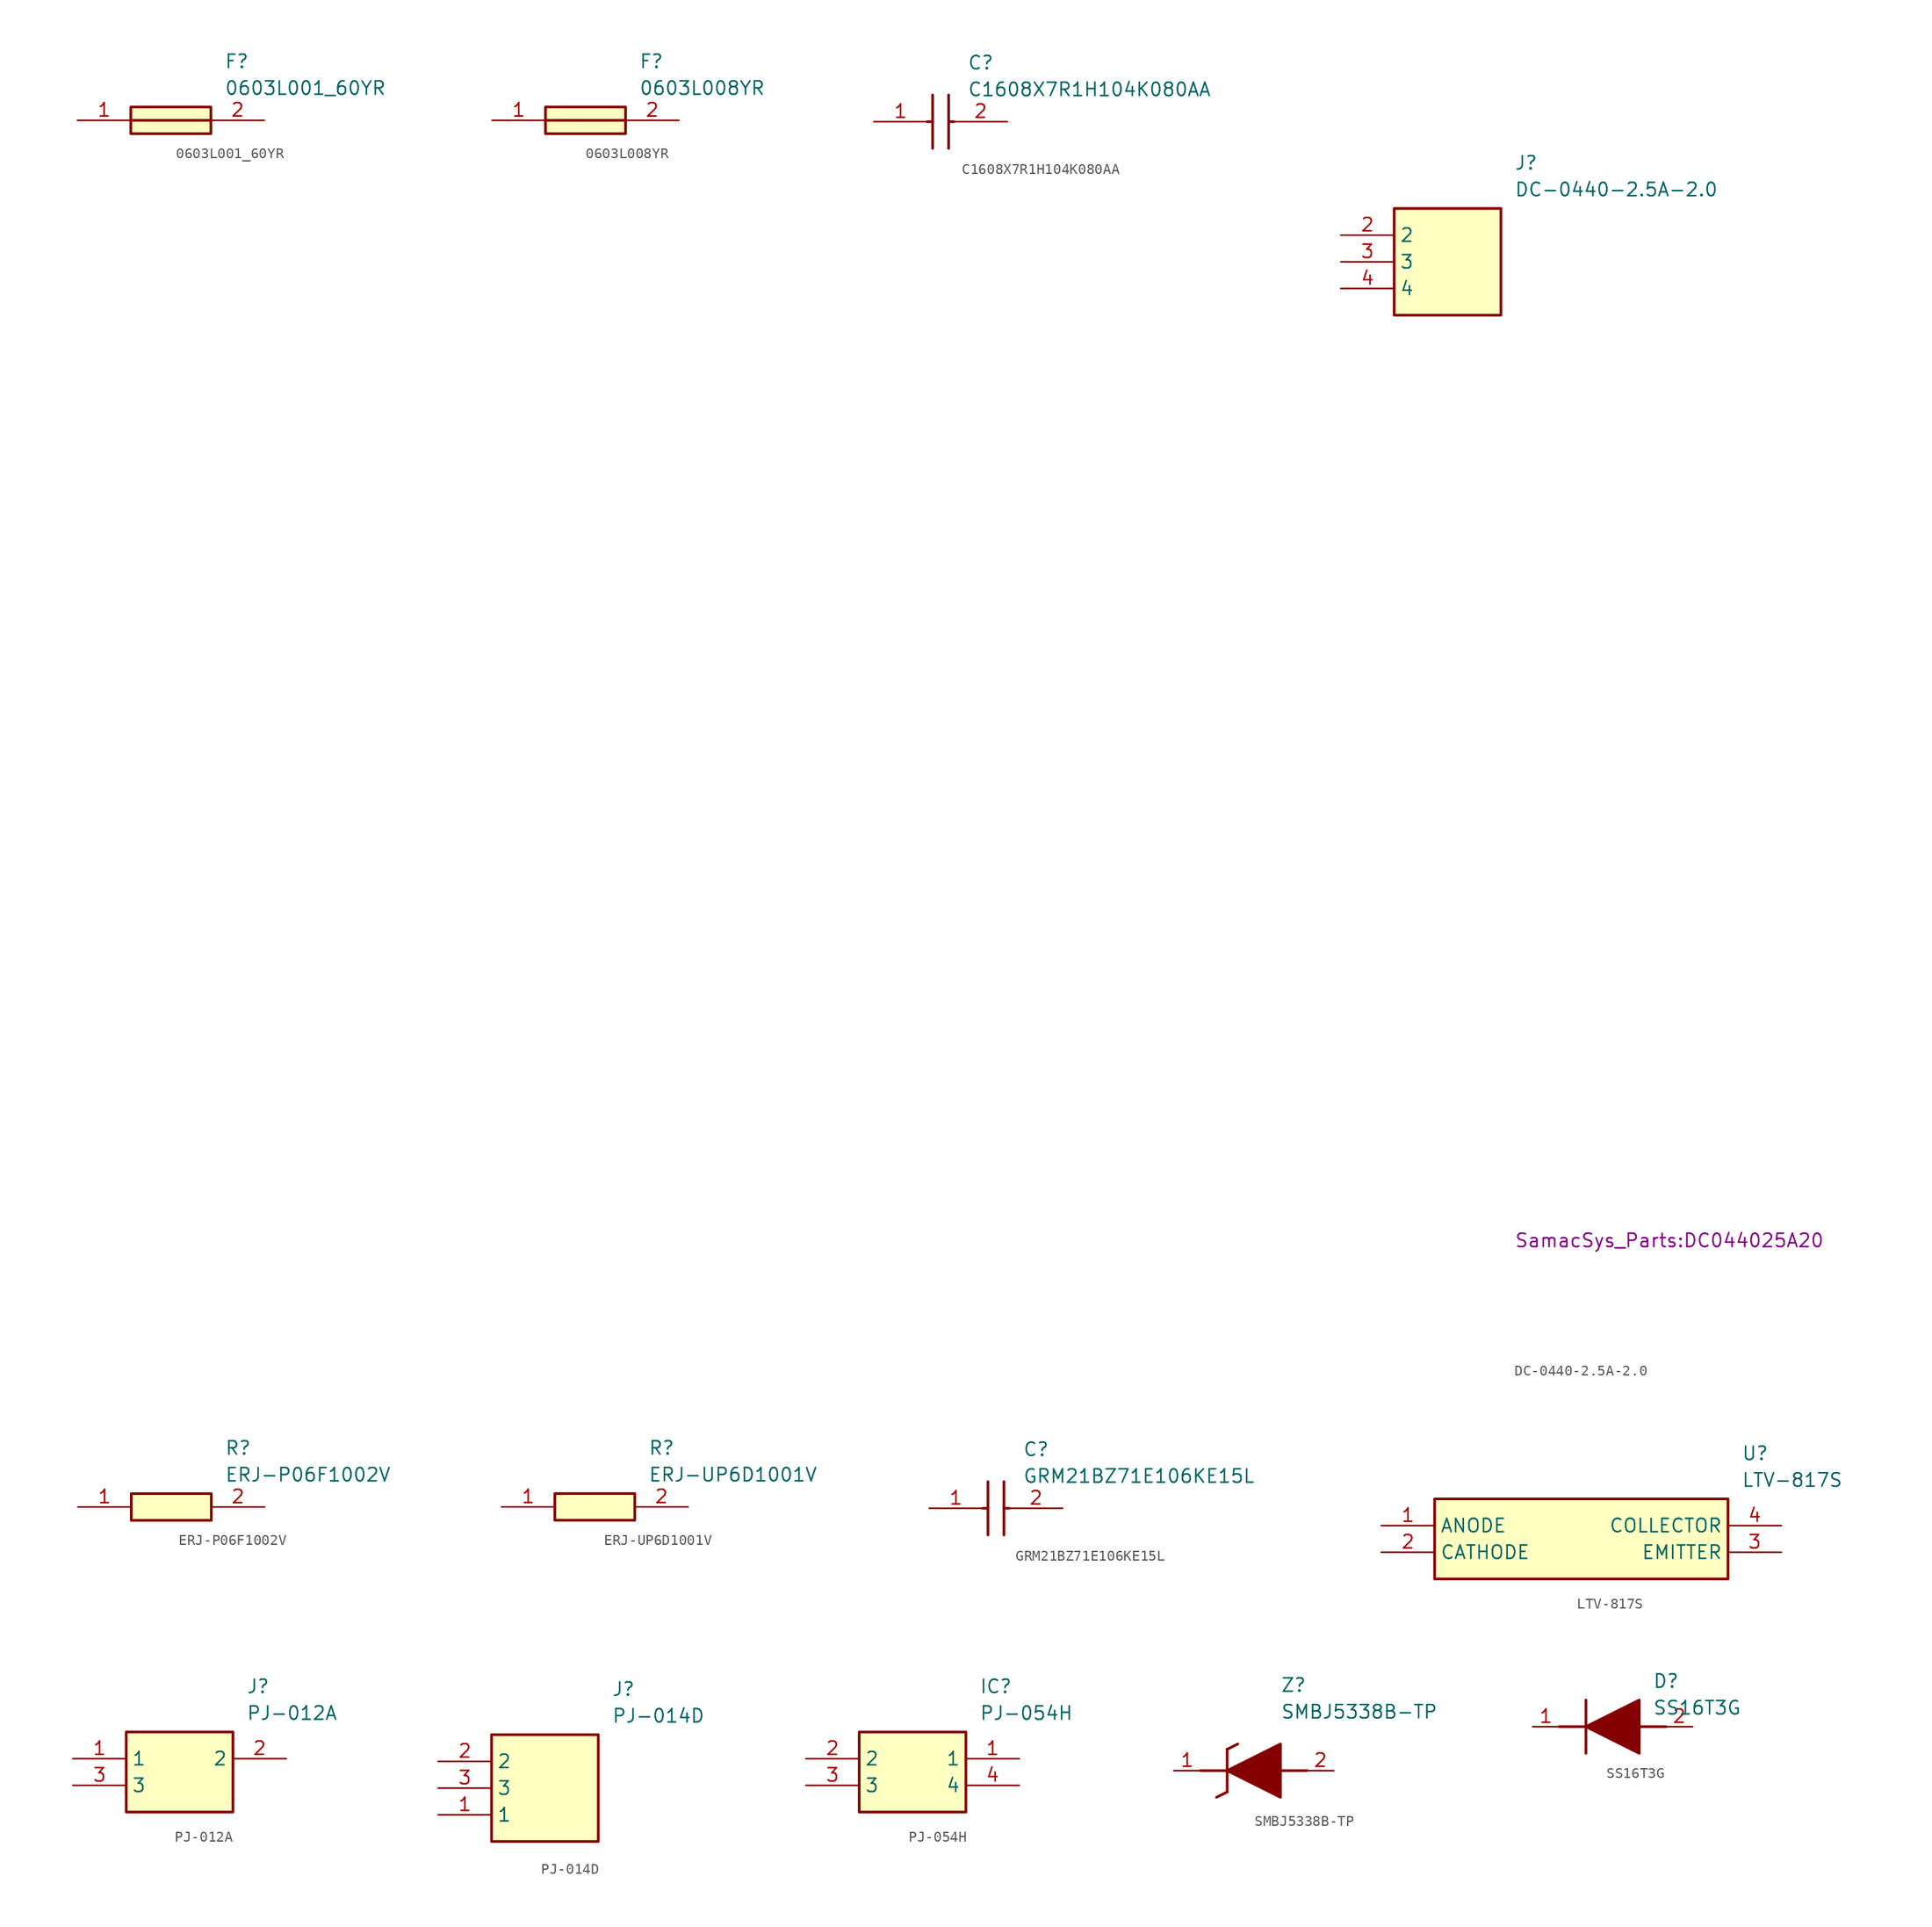
<source format=kicad_sym>
(kicad_symbol_lib
  (version 20241209)
  (generator "kicad_symbol_editor")
  (generator_version "9.0")
  (symbol "0603L001_60YR"
    (pin_names
      (hide yes))
    (property "Reference" "F"
      (at 13.97 6.35 0)
      (effects (font (size 1.27 1.27)) (justify left top)))
    (property "Value" "0603L001_60YR"
      (at 13.97 3.81 0)
      (effects (font (size 1.27 1.27)) (justify left top)))
    (symbol "0603L001_60YR_1_1"
      (rectangle (start 5.08 1.27) (end 12.7 -1.27) (stroke (width 0.254) (type default)) (fill (type background)))
      (polyline (pts (xy 5.08 0) (xy 12.7 0)) (stroke (width 0.254) (type default)) (fill (type none)))
      (pin passive line (at 0 0 0) (length 5.08) (name "1" (effects (font (size 1.27 1.27)))) (number "1" (effects (font (size 1.27 1.27)))))
      (pin passive line (at 17.78 0 180) (length 5.08) (name "2" (effects (font (size 1.27 1.27)))) (number "2" (effects (font (size 1.27 1.27)))))))
  (symbol "0603L008YR"
    (pin_names
      (hide yes))
    (property "Reference" "F"
      (at 13.97 6.35 0)
      (effects (font (size 1.27 1.27)) (justify left top)))
    (property "Value" "0603L008YR"
      (at 13.97 3.81 0)
      (effects (font (size 1.27 1.27)) (justify left top)))
    (symbol "0603L008YR_1_1"
      (rectangle (start 5.08 1.27) (end 12.7 -1.27) (stroke (width 0.254) (type default)) (fill (type background)))
      (polyline (pts (xy 5.08 0) (xy 12.7 0)) (stroke (width 0.254) (type default)) (fill (type none)))
      (pin passive line (at 0 0 0) (length 5.08) (name "1" (effects (font (size 1.27 1.27)))) (number "1" (effects (font (size 1.27 1.27)))))
      (pin passive line (at 17.78 0 180) (length 5.08) (name "2" (effects (font (size 1.27 1.27)))) (number "2" (effects (font (size 1.27 1.27)))))))
  (symbol "C1608X7R1H104K080AA"
    (pin_names
      (hide yes))
    (property "Reference" "C"
      (at 8.89 6.35 0)
      (effects (font (size 1.27 1.27)) (justify left top)))
    (property "Value" "C1608X7R1H104K080AA"
      (at 8.89 3.81 0)
      (effects (font (size 1.27 1.27)) (justify left top)))
    (symbol "C1608X7R1H104K080AA_1_1"
      (polyline (pts (xy 5.08 0) (xy 5.588 0)) (stroke (width 0.254) (type default)) (fill (type none)))
      (polyline (pts (xy 5.588 2.54) (xy 5.588 -2.54)) (stroke (width 0.254) (type default)) (fill (type none)))
      (polyline (pts (xy 7.112 2.54) (xy 7.112 -2.54)) (stroke (width 0.254) (type default)) (fill (type none)))
      (polyline (pts (xy 7.112 0) (xy 7.62 0)) (stroke (width 0.254) (type default)) (fill (type none)))
      (pin passive line (at 0 0 0) (length 5.08) (name "1" (effects (font (size 1.27 1.27)))) (number "1" (effects (font (size 1.27 1.27)))))
      (pin passive line (at 12.7 0 180) (length 5.08) (name "2" (effects (font (size 1.27 1.27)))) (number "2" (effects (font (size 1.27 1.27)))))))
  (symbol "DC-0440-2.5A-2.0"
    (property "Reference" "J"
      (at 16.51 7.62 0)
      (effects (font (size 1.27 1.27)) (justify left top)))
    (property "Value" "DC-0440-2.5A-2.0"
      (at 16.51 5.08 0)
      (effects (font (size 1.27 1.27)) (justify left top)))
    (property "Footprint" "SamacSys_Parts:DC044025A20"
      (at 16.51 -94.92 0)
      (effects (font (size 1.27 1.27)) (justify left top)))
    (symbol "DC-0440-2.5A-2.0_1_1"
      (rectangle (start 5.08 2.54) (end 15.24 -7.62) (stroke (width 0.254) (type default)) (fill (type background)))
      (pin passive line (at 0 0 0) (length 5.08) (name "2" (effects (font (size 1.27 1.27)))) (number "2" (effects (font (size 1.27 1.27)))))
      (pin passive line (at 0 -2.54 0) (length 5.08) (name "3" (effects (font (size 1.27 1.27)))) (number "3" (effects (font (size 1.27 1.27)))))
      (pin passive line (at 0 -5.08 0) (length 5.08) (name "4" (effects (font (size 1.27 1.27)))) (number "4" (effects (font (size 1.27 1.27)))))))
  (symbol "ERJ-P06F1002V"
    (pin_names
      (hide yes))
    (property "Reference" "R"
      (at 13.97 6.35 0)
      (effects (font (size 1.27 1.27)) (justify left top)))
    (property "Value" "ERJ-P06F1002V"
      (at 13.97 3.81 0)
      (effects (font (size 1.27 1.27)) (justify left top)))
    (symbol "ERJ-P06F1002V_1_1"
      (rectangle (start 5.08 1.27) (end 12.7 -1.27) (stroke (width 0.254) (type default)) (fill (type background)))
      (pin passive line (at 0 0 0) (length 5.08) (name "1" (effects (font (size 1.27 1.27)))) (number "1" (effects (font (size 1.27 1.27)))))
      (pin passive line (at 17.78 0 180) (length 5.08) (name "2" (effects (font (size 1.27 1.27)))) (number "2" (effects (font (size 1.27 1.27)))))))
  (symbol "ERJ-UP6D1001V"
    (pin_names
      (hide yes))
    (property "Reference" "R"
      (at 13.97 6.35 0)
      (effects (font (size 1.27 1.27)) (justify left top)))
    (property "Value" "ERJ-UP6D1001V"
      (at 13.97 3.81 0)
      (effects (font (size 1.27 1.27)) (justify left top)))
    (symbol "ERJ-UP6D1001V_1_1"
      (rectangle (start 5.08 1.27) (end 12.7 -1.27) (stroke (width 0.254) (type default)) (fill (type background)))
      (pin passive line (at 0 0 0) (length 5.08) (name "1" (effects (font (size 1.27 1.27)))) (number "1" (effects (font (size 1.27 1.27)))))
      (pin passive line (at 17.78 0 180) (length 5.08) (name "2" (effects (font (size 1.27 1.27)))) (number "2" (effects (font (size 1.27 1.27)))))))
  (symbol "GRM21BZ71E106KE15L"
    (pin_names
      (hide yes))
    (property "Reference" "C"
      (at 8.89 6.35 0)
      (effects (font (size 1.27 1.27)) (justify left top)))
    (property "Value" "GRM21BZ71E106KE15L"
      (at 8.89 3.81 0)
      (effects (font (size 1.27 1.27)) (justify left top)))
    (symbol "GRM21BZ71E106KE15L_1_1"
      (polyline (pts (xy 5.08 0) (xy 5.588 0)) (stroke (width 0.254) (type default)) (fill (type none)))
      (polyline (pts (xy 5.588 2.54) (xy 5.588 -2.54)) (stroke (width 0.254) (type default)) (fill (type none)))
      (polyline (pts (xy 7.112 2.54) (xy 7.112 -2.54)) (stroke (width 0.254) (type default)) (fill (type none)))
      (polyline (pts (xy 7.112 0) (xy 7.62 0)) (stroke (width 0.254) (type default)) (fill (type none)))
      (pin passive line (at 0 0 0) (length 5.08) (name "1" (effects (font (size 1.27 1.27)))) (number "1" (effects (font (size 1.27 1.27)))))
      (pin passive line (at 12.7 0 180) (length 5.08) (name "2" (effects (font (size 1.27 1.27)))) (number "2" (effects (font (size 1.27 1.27)))))))
  (symbol "LTV-817S"
    (property "Reference" "U"
      (at 34.29 7.62 0)
      (effects (font (size 1.27 1.27)) (justify left top)))
    (property "Value" "LTV-817S"
      (at 34.29 5.08 0)
      (effects (font (size 1.27 1.27)) (justify left top)))
    (symbol "LTV-817S_1_1"
      (rectangle (start 5.08 2.54) (end 33.02 -5.08) (stroke (width 0.254) (type default)) (fill (type background)))
      (pin passive line (at 0 0 0) (length 5.08) (name "ANODE" (effects (font (size 1.27 1.27)))) (number "1" (effects (font (size 1.27 1.27)))))
      (pin passive line (at 0 -2.54 0) (length 5.08) (name "CATHODE" (effects (font (size 1.27 1.27)))) (number "2" (effects (font (size 1.27 1.27)))))
      (pin passive line (at 38.1 0 180) (length 5.08) (name "COLLECTOR" (effects (font (size 1.27 1.27)))) (number "4" (effects (font (size 1.27 1.27)))))
      (pin passive line (at 38.1 -2.54 180) (length 5.08) (name "EMITTER" (effects (font (size 1.27 1.27)))) (number "3" (effects (font (size 1.27 1.27)))))))
  (symbol "PJ-012A"
    (property "Reference" "J"
      (at 16.51 7.62 0)
      (effects (font (size 1.27 1.27)) (justify left top)))
    (property "Value" "PJ-012A"
      (at 16.51 5.08 0)
      (effects (font (size 1.27 1.27)) (justify left top)))
    (symbol "PJ-012A_1_1"
      (rectangle (start 5.08 2.54) (end 15.24 -5.08) (stroke (width 0.254) (type default)) (fill (type background)))
      (pin passive line (at 0 0 0) (length 5.08) (name "1" (effects (font (size 1.27 1.27)))) (number "1" (effects (font (size 1.27 1.27)))))
      (pin passive line (at 0 -2.54 0) (length 5.08) (name "3" (effects (font (size 1.27 1.27)))) (number "3" (effects (font (size 1.27 1.27)))))
      (pin passive line (at 20.32 0 180) (length 5.08) (name "2" (effects (font (size 1.27 1.27)))) (number "2" (effects (font (size 1.27 1.27)))))))
  (symbol "PJ-014D"
    (property "Reference" "J"
      (at 16.51 7.62 0)
      (effects (font (size 1.27 1.27)) (justify left top)))
    (property "Value" "PJ-014D"
      (at 16.51 5.08 0)
      (effects (font (size 1.27 1.27)) (justify left top)))
    (symbol "PJ-014D_1_1"
      (rectangle (start 5.08 2.54) (end 15.24 -7.62) (stroke (width 0.254) (type default)) (fill (type background)))
      (pin passive line (at 0 0 0) (length 5.08) (name "2" (effects (font (size 1.27 1.27)))) (number "2" (effects (font (size 1.27 1.27)))))
      (pin passive line (at 0 -2.54 0) (length 5.08) (name "3" (effects (font (size 1.27 1.27)))) (number "3" (effects (font (size 1.27 1.27)))))
      (pin passive line (at 0 -5.08 0) (length 5.08) (name "1" (effects (font (size 1.27 1.27)))) (number "1" (effects (font (size 1.27 1.27)))))))
  (symbol "PJ-054H"
    (property "Reference" "IC"
      (at 16.51 7.62 0)
      (effects (font (size 1.27 1.27)) (justify left top)))
    (property "Value" "PJ-054H"
      (at 16.51 5.08 0)
      (effects (font (size 1.27 1.27)) (justify left top)))
    (symbol "PJ-054H_1_1"
      (rectangle (start 5.08 2.54) (end 15.24 -5.08) (stroke (width 0.254) (type default)) (fill (type background)))
      (pin passive line (at 0 0 0) (length 5.08) (name "2" (effects (font (size 1.27 1.27)))) (number "2" (effects (font (size 1.27 1.27)))))
      (pin passive line (at 0 -2.54 0) (length 5.08) (name "3" (effects (font (size 1.27 1.27)))) (number "3" (effects (font (size 1.27 1.27)))))
      (pin passive line (at 20.32 0 180) (length 5.08) (name "1" (effects (font (size 1.27 1.27)))) (number "1" (effects (font (size 1.27 1.27)))))
      (pin passive line (at 20.32 -2.54 180) (length 5.08) (name "4" (effects (font (size 1.27 1.27)))) (number "4" (effects (font (size 1.27 1.27)))))))
  (symbol "SMBJ5338B-TP"
    (pin_names
      (hide yes))
    (property "Reference" "Z"
      (at 10.16 8.89 0)
      (effects (font (size 1.27 1.27)) (justify left top)))
    (property "Value" "SMBJ5338B-TP"
      (at 10.16 6.35 0)
      (effects (font (size 1.27 1.27)) (justify left top)))
    (symbol "SMBJ5338B-TP_1_1"
      (polyline (pts (xy 2.54 0) (xy 5.08 0)) (stroke (width 0.254) (type default)) (fill (type none)))
      (polyline (pts (xy 4.064 -2.54) (xy 5.08 -2.032)) (stroke (width 0.254) (type default)) (fill (type none)))
      (polyline (pts (xy 5.08 2.032) (xy 5.08 -2.032)) (stroke (width 0.254) (type default)) (fill (type none)))
      (polyline (pts (xy 5.08 2.032) (xy 6.096 2.54)) (stroke (width 0.254) (type default)) (fill (type none)))
      (polyline (pts (xy 5.08 0) (xy 10.16 2.54) (xy 10.16 -2.54) (xy 5.08 0)) (stroke (width 0.254) (type default)) (fill (type outline)))
      (polyline (pts (xy 12.7 0) (xy 10.16 0)) (stroke (width 0.254) (type default)) (fill (type none)))
      (pin passive line (at 0 0 0) (length 2.54) (name "K" (effects (font (size 1.27 1.27)))) (number "1" (effects (font (size 1.27 1.27)))))
      (pin passive line (at 15.24 0 180) (length 2.54) (name "A" (effects (font (size 1.27 1.27)))) (number "2" (effects (font (size 1.27 1.27)))))))
  (symbol "SS16T3G"
    (pin_names
      (hide yes))
    (property "Reference" "D"
      (at 11.43 5.08 0)
      (effects (font (size 1.27 1.27)) (justify left top)))
    (property "Value" "SS16T3G"
      (at 11.43 2.54 0)
      (effects (font (size 1.27 1.27)) (justify left top)))
    (symbol "SS16T3G_1_1"
      (polyline (pts (xy 2.54 0) (xy 5.08 0)) (stroke (width 0.254) (type default)) (fill (type none)))
      (polyline (pts (xy 5.08 2.54) (xy 5.08 -2.54)) (stroke (width 0.254) (type default)) (fill (type none)))
      (polyline (pts (xy 5.08 0) (xy 10.16 2.54) (xy 10.16 -2.54) (xy 5.08 0)) (stroke (width 0.254) (type default)) (fill (type outline)))
      (polyline (pts (xy 10.16 0) (xy 12.7 0)) (stroke (width 0.254) (type default)) (fill (type none)))
      (pin passive line (at 0 0 0) (length 2.54) (name "K" (effects (font (size 1.27 1.27)))) (number "1" (effects (font (size 1.27 1.27)))))
      (pin passive line (at 15.24 0 180) (length 2.54) (name "A" (effects (font (size 1.27 1.27)))) (number "2" (effects (font (size 1.27 1.27))))))))
</source>
